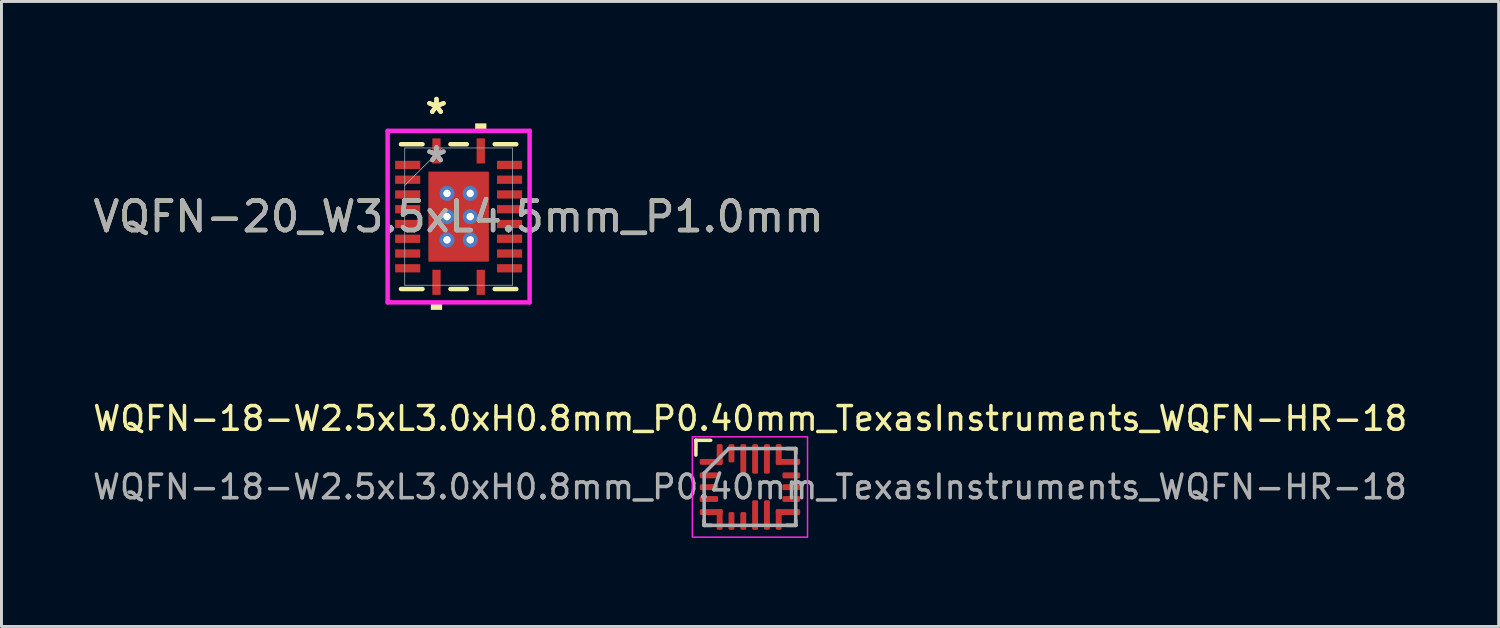
<source format=kicad_pcb>
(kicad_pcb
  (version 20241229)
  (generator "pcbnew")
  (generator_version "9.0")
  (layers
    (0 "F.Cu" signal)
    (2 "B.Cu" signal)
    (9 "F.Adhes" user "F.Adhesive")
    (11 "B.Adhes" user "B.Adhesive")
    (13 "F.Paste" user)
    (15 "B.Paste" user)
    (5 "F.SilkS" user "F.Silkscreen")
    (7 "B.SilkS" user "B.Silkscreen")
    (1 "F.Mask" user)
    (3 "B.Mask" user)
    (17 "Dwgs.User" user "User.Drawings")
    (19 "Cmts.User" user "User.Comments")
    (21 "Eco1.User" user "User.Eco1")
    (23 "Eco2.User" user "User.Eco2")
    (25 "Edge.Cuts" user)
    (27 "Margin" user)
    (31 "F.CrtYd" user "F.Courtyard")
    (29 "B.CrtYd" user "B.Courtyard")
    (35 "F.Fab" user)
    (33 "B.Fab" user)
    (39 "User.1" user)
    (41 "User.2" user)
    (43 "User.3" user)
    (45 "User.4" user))
  (footprint "WQFN-18-W2.5xL3.0xH0.8mm_P0.40mm_TexasInstruments_WQFN-HR-18"
    (layer "F.Cu")
    (at 22.348 13.442)
    (property "Reference" "WQFN-18-W2.5xL3.0xH0.8mm_P0.40mm_TexasInstruments_WQFN-HR-18" (at 0.01 -2.32 0) (unlocked yes) (layer "F.SilkS") (effects (font (size 0.8 0.8) (thickness 0.12))))
    (attr smd)
    (fp_line (start -1.83 -1.08) (end -1.83 -1.58) (stroke (width 0.12) (type solid)) (layer "F.SilkS"))
    (fp_line (start -1.55 1.13) (end -1.55 1.3) (stroke (width 0.12) (type solid)) (layer "F.SilkS"))
    (fp_line (start -1.33 -1.58) (end -1.83 -1.58) (stroke (width 0.12) (type solid)) (layer "F.SilkS"))
    (fp_line (start -1.31 1.3) (end -1.55 1.3) (stroke (width 0.12) (type solid)) (layer "F.SilkS"))
    (fp_line (start 1.25 -1.3) (end 1.55 -1.3) (stroke (width 0.12) (type solid)) (layer "F.SilkS"))
    (fp_line (start 1.25 1.3) (end 1.55 1.3) (stroke (width 0.12) (type solid)) (layer "F.SilkS"))
    (fp_line (start 1.55 -1.13) (end 1.55 -1.3) (stroke (width 0.12) (type solid)) (layer "F.SilkS"))
    (fp_line (start 1.55 1.13) (end 1.55 1.3) (stroke (width 0.12) (type solid)) (layer "F.SilkS"))
    (fp_rect (start -1.95 -1.7) (end 1.95 1.7) (stroke (width 0.05) (type default)) (fill no) (layer "F.CrtYd"))
    (fp_line (start -1.55 -0.467) (end -0.717 -1.3) (stroke (width 0.12) (type solid)) (layer "F.Fab"))
    (fp_line (start -1.55 1.3) (end -1.55 -0.467) (stroke (width 0.12) (type solid)) (layer "F.Fab"))
    (fp_line (start -0.717 -1.3) (end 1.55 -1.3) (stroke (width 0.12) (type solid)) (layer "F.Fab"))
    (fp_line (start 1.55 -1.3) (end 1.55 1.3) (stroke (width 0.12) (type solid)) (layer "F.Fab"))
    (fp_line (start 1.55 1.3) (end -1.55 1.3) (stroke (width 0.12) (type solid)) (layer "F.Fab"))
    (fp_text user "${REFERENCE}" (at 0 0 0) (layer "F.Fab") (effects (font (size 0.8 0.8) (thickness 0.12))))
    (pad "1" smd roundrect (at -1.313 -0.85) (size 0.775 0.2) (layers "F.Cu" "F.Mask" "F.Paste") (roundrect_rratio 0.25))
    (pad "1" smd roundrect (at -1.025 -1.1 90) (size 0.7 0.2) (layers "F.Cu" "F.Mask" "F.Paste") (roundrect_rratio 0.25))
    (pad "2" smd roundrect (at -1.388 -0.393) (size 0.625 0.2) (layers "F.Cu" "F.Mask" "F.Paste") (roundrect_rratio 0.25))
    (pad "3" smd roundrect (at -1.388 0.007) (size 0.625 0.2) (layers "F.Cu" "F.Mask" "F.Paste") (roundrect_rratio 0.25))
    (pad "4" smd roundrect (at -1.388 0.407) (size 0.625 0.2) (layers "F.Cu" "F.Mask" "F.Paste") (roundrect_rratio 0.25))
    (pad "5" smd roundrect (at -1.313 0.85) (size 0.775 0.2) (layers "F.Cu" "F.Mask" "F.Paste") (roundrect_rratio 0.25))
    (pad "5" smd roundrect (at -1.025 1.1 90) (size 0.7 0.2) (layers "F.Cu" "F.Mask" "F.Paste") (roundrect_rratio 0.25))
    (pad "6" smd roundrect (at -0.625 1.15 90) (size 0.6 0.2) (layers "F.Cu" "F.Mask" "F.Paste") (roundrect_rratio 0.25))
    (pad "7" smd roundrect (at -0.225 1.15 90) (size 0.6 0.2) (layers "F.Cu" "F.Mask" "F.Paste") (roundrect_rratio 0.25))
    (pad "8" smd roundrect (at 0.175 0.95 90) (size 1 0.2) (layers "F.Cu" "F.Mask" "F.Paste") (roundrect_rratio 0.25))
    (pad "9" smd roundrect (at 0.575 0.95 90) (size 1 0.2) (layers "F.Cu" "F.Mask" "F.Paste") (roundrect_rratio 0.25))
    (pad "10" smd roundrect (at 0.975 1.1 90) (size 0.7 0.2) (layers "F.Cu" "F.Mask" "F.Paste") (roundrect_rratio 0.25))
    (pad "10" smd roundrect (at 1.288 0.85) (size 0.825 0.2) (layers "F.Cu" "F.Mask" "F.Paste") (roundrect_rratio 0.25))
    (pad "11" smd roundrect (at 1.4 0.407) (size 0.6 0.2) (layers "F.Cu" "F.Mask" "F.Paste") (roundrect_rratio 0.25))
    (pad "12" smd roundrect (at 1.4 0.007) (size 0.6 0.2) (layers "F.Cu" "F.Mask" "F.Paste") (roundrect_rratio 0.25))
    (pad "13" smd roundrect (at 1.4 -0.393) (size 0.6 0.2) (layers "F.Cu" "F.Mask" "F.Paste") (roundrect_rratio 0.25))
    (pad "14" smd roundrect (at 0.975 -1.1 90) (size 0.7 0.2) (layers "F.Cu" "F.Mask" "F.Paste") (roundrect_rratio 0.25))
    (pad "14" smd roundrect (at 1.288 -0.85) (size 0.825 0.2) (layers "F.Cu" "F.Mask" "F.Paste") (roundrect_rratio 0.25))
    (pad "15" smd roundrect (at 0.575 -0.95 90) (size 1 0.2) (layers "F.Cu" "F.Mask" "F.Paste") (roundrect_rratio 0.25))
    (pad "16" smd roundrect (at 0.175 -0.95 90) (size 1 0.2) (layers "F.Cu" "F.Mask" "F.Paste") (roundrect_rratio 0.25))
    (pad "17" smd roundrect (at -0.225 -0.95 90) (size 1 0.2) (layers "F.Cu" "F.Mask" "F.Paste") (roundrect_rratio 0.25))
    (pad "18" smd roundrect (at -0.625 -1.141 90) (size 0.619 0.2) (layers "F.Cu" "F.Mask" "F.Paste") (roundrect_rratio 0.25)))
  (footprint "VQFN-20_W3.5xL4.5mm_P1.0mm"
    (layer "F.Cu")
    (at 12.482 4.286)
    (property "Reference" "VQFN-20_W3.5xL4.5mm_P1.0mm" (at 0 0 0) (unlocked yes) (layer "F.SilkS") (effects (font (size 1 1) (thickness 0.15))))
    (attr smd)
    (fp_poly (pts (xy -2.22 -1.96) (xy -2.22 -1.54) (xy -1.23 -1.54) (xy -1.23 -1.96)) (stroke (width 0) (type solid)) (fill yes) (layer "F.Mask"))
    (fp_poly (pts (xy -2.22 -1.46) (xy -2.22 -1.04) (xy -1.23 -1.04) (xy -1.23 -1.46)) (stroke (width 0) (type solid)) (fill yes) (layer "F.Mask"))
    (fp_poly (pts (xy -2.22 -0.96) (xy -2.22 -0.54) (xy -1.23 -0.54) (xy -1.23 -0.96)) (stroke (width 0) (type solid)) (fill yes) (layer "F.Mask"))
    (fp_poly (pts (xy -2.22 -0.46) (xy -2.22 -0.04) (xy -1.23 -0.04) (xy -1.23 -0.46)) (stroke (width 0) (type solid)) (fill yes) (layer "F.Mask"))
    (fp_poly (pts (xy -2.22 0.04) (xy -2.22 0.46) (xy -1.23 0.46) (xy -1.23 0.04)) (stroke (width 0) (type solid)) (fill yes) (layer "F.Mask"))
    (fp_poly (pts (xy -2.22 0.54) (xy -2.22 0.96) (xy -1.23 0.96) (xy -1.23 0.54)) (stroke (width 0) (type solid)) (fill yes) (layer "F.Mask"))
    (fp_poly (pts (xy -2.22 1.04) (xy -2.22 1.46) (xy -1.23 1.46) (xy -1.23 1.04)) (stroke (width 0) (type solid)) (fill yes) (layer "F.Mask"))
    (fp_poly (pts (xy -2.22 1.54) (xy -2.22 1.96) (xy -1.23 1.96) (xy -1.23 1.54)) (stroke (width 0) (type solid)) (fill yes) (layer "F.Mask"))
    (fp_poly (pts (xy -1.089 -1.588) (xy -0.594 -1.588) (xy -0.594 1.588) (xy -1.089 1.588)) (stroke (width 0) (type solid)) (fill yes) (layer "F.Mask"))
    (fp_poly (pts (xy -1.089 -1.588) (xy 1.089 -1.588) (xy 1.089 -0.987) (xy -1.089 -0.987)) (stroke (width 0) (type solid)) (fill yes) (layer "F.Mask"))
    (fp_poly (pts (xy -1.089 -0.587) (xy 1.089 -0.587) (xy 1.089 -0.2) (xy -1.089 -0.2)) (stroke (width 0) (type solid)) (fill yes) (layer "F.Mask"))
    (fp_poly (pts (xy -1.089 0.2) (xy 1.089 0.2) (xy 1.089 0.587) (xy -1.089 0.587)) (stroke (width 0) (type solid)) (fill yes) (layer "F.Mask"))
    (fp_poly (pts (xy -1.089 0.987) (xy 1.089 0.987) (xy 1.089 1.588) (xy -1.089 1.588)) (stroke (width 0) (type solid)) (fill yes) (layer "F.Mask"))
    (fp_poly (pts (xy -0.96 -2.72) (xy -0.96 -1.73) (xy -0.54 -1.73) (xy -0.54 -2.72)) (stroke (width 0) (type solid)) (fill yes) (layer "F.Mask"))
    (fp_poly (pts (xy -0.96 1.73) (xy -0.96 2.72) (xy -0.54 2.72) (xy -0.54 1.73)) (stroke (width 0) (type solid)) (fill yes) (layer "F.Mask"))
    (fp_poly (pts (xy 0.194 -1.588) (xy -0.194 -1.588) (xy -0.194 1.588) (xy 0.194 1.588)) (stroke (width 0) (type solid)) (fill yes) (layer "F.Mask"))
    (fp_poly (pts (xy 0.54 -2.72) (xy 0.54 -1.73) (xy 0.96 -1.73) (xy 0.96 -2.72)) (stroke (width 0) (type solid)) (fill yes) (layer "F.Mask"))
    (fp_poly (pts (xy 0.54 1.73) (xy 0.54 2.72) (xy 0.96 2.72) (xy 0.96 1.73)) (stroke (width 0) (type solid)) (fill yes) (layer "F.Mask"))
    (fp_poly (pts (xy 0.594 -1.588) (xy 1.089 -1.588) (xy 1.089 1.588) (xy 0.594 1.588)) (stroke (width 0) (type solid)) (fill yes) (layer "F.Mask"))
    (fp_poly (pts (xy 1.23 -1.96) (xy 1.23 -1.54) (xy 2.22 -1.54) (xy 2.22 -1.96)) (stroke (width 0) (type solid)) (fill yes) (layer "F.Mask"))
    (fp_poly (pts (xy 1.23 -1.46) (xy 1.23 -1.04) (xy 2.22 -1.04) (xy 2.22 -1.46)) (stroke (width 0) (type solid)) (fill yes) (layer "F.Mask"))
    (fp_poly (pts (xy 1.23 -0.96) (xy 1.23 -0.54) (xy 2.22 -0.54) (xy 2.22 -0.96)) (stroke (width 0) (type solid)) (fill yes) (layer "F.Mask"))
    (fp_poly (pts (xy 1.23 -0.46) (xy 1.23 -0.04) (xy 2.22 -0.04) (xy 2.22 -0.46)) (stroke (width 0) (type solid)) (fill yes) (layer "F.Mask"))
    (fp_poly (pts (xy 1.23 0.04) (xy 1.23 0.46) (xy 2.22 0.46) (xy 2.22 0.04)) (stroke (width 0) (type solid)) (fill yes) (layer "F.Mask"))
    (fp_poly (pts (xy 1.23 0.54) (xy 1.23 0.96) (xy 2.22 0.96) (xy 2.22 0.54)) (stroke (width 0) (type solid)) (fill yes) (layer "F.Mask"))
    (fp_poly (pts (xy 1.23 1.04) (xy 1.23 1.46) (xy 2.22 1.46) (xy 2.22 1.04)) (stroke (width 0) (type solid)) (fill yes) (layer "F.Mask"))
    (fp_poly (pts (xy 1.23 1.54) (xy 1.23 1.96) (xy 2.22 1.96) (xy 2.22 1.54)) (stroke (width 0) (type solid)) (fill yes) (layer "F.Mask"))
    (fp_poly (pts (xy 0.375 -1.525) (xy 0.375 -2.65) (xy 0.16 -2.65) (xy 0.16 -1.925) (xy -0.16 -1.925) (xy -0.16 -2.65) (xy -0.375 -2.65) (xy -0.375 -1.525)) (stroke (width 0) (type solid)) (fill yes) (layer "F.Mask"))
    (fp_poly (pts (xy 0.375 -1.525) (xy 0.375 -2.65) (xy 0.16 -2.65) (xy 0.16 -1.925) (xy -0.16 -1.925) (xy -0.16 -2.65) (xy -0.375 -2.65) (xy -0.375 -1.525)) (stroke (width 0) (type solid)) (fill yes) (layer "F.Mask"))
    (fp_poly (pts (xy 0.375 1.525) (xy 0.375 2.65) (xy 0.16 2.65) (xy 0.16 1.925) (xy -0.16 1.925) (xy -0.16 2.65) (xy -0.375 2.65) (xy -0.375 1.525)) (stroke (width 0) (type solid)) (fill yes) (layer "F.Mask"))
    (fp_poly (pts (xy 0.375 1.525) (xy 0.375 2.65) (xy 0.16 2.65) (xy 0.16 1.925) (xy -0.16 1.925) (xy -0.16 2.65) (xy -0.375 2.65) (xy -0.375 1.525)) (stroke (width 0) (type solid)) (fill yes) (layer "F.Mask"))
    (fp_line (start -1.952 2.452) (end -1.223 2.452) (stroke (width 0.152) (type solid)) (layer "F.SilkS"))
    (fp_line (start -1.223 -2.452) (end -1.952 -2.452) (stroke (width 0.152) (type solid)) (layer "F.SilkS"))
    (fp_line (start -0.277 2.452) (end 0.277 2.452) (stroke (width 0.152) (type solid)) (layer "F.SilkS"))
    (fp_line (start 0.277 -2.452) (end -0.277 -2.452) (stroke (width 0.152) (type solid)) (layer "F.SilkS"))
    (fp_line (start 1.223 2.452) (end 1.952 2.452) (stroke (width 0.152) (type solid)) (layer "F.SilkS"))
    (fp_line (start 1.952 -2.452) (end 1.223 -2.452) (stroke (width 0.152) (type solid)) (layer "F.SilkS"))
    (fp_poly (pts (xy -0.941 2.904) (xy -0.941 3.158) (xy -0.56 3.158) (xy -0.56 2.904)) (stroke (width 0) (type solid)) (fill yes) (layer "F.SilkS"))
    (fp_poly (pts (xy 0.56 -2.904) (xy 0.56 -3.158) (xy 0.941 -3.158) (xy 0.941 -2.904)) (stroke (width 0) (type solid)) (fill yes) (layer "F.SilkS"))
    (fp_poly (pts (xy -2.125 -1.865) (xy -2.125 -1.635) (xy -1.325 -1.635) (xy -1.325 -1.865)) (stroke (width 0) (type solid)) (fill yes) (layer "F.Paste"))
    (fp_poly (pts (xy -2.125 -1.365) (xy -2.125 -1.135) (xy -1.325 -1.135) (xy -1.325 -1.365)) (stroke (width 0) (type solid)) (fill yes) (layer "F.Paste"))
    (fp_poly (pts (xy -2.125 -0.865) (xy -2.125 -0.635) (xy -1.325 -0.635) (xy -1.325 -0.865)) (stroke (width 0) (type solid)) (fill yes) (layer "F.Paste"))
    (fp_poly (pts (xy -2.125 -0.365) (xy -2.125 -0.135) (xy -1.325 -0.135) (xy -1.325 -0.365)) (stroke (width 0) (type solid)) (fill yes) (layer "F.Paste"))
    (fp_poly (pts (xy -2.125 0.135) (xy -2.125 0.365) (xy -1.325 0.365) (xy -1.325 0.135)) (stroke (width 0) (type solid)) (fill yes) (layer "F.Paste"))
    (fp_poly (pts (xy -2.125 0.635) (xy -2.125 0.865) (xy -1.325 0.865) (xy -1.325 0.635)) (stroke (width 0) (type solid)) (fill yes) (layer "F.Paste"))
    (fp_poly (pts (xy -2.125 1.135) (xy -2.125 1.365) (xy -1.325 1.365) (xy -1.325 1.135)) (stroke (width 0) (type solid)) (fill yes) (layer "F.Paste"))
    (fp_poly (pts (xy -2.125 1.635) (xy -2.125 1.865) (xy -1.325 1.865) (xy -1.325 1.635)) (stroke (width 0) (type solid)) (fill yes) (layer "F.Paste"))
    (fp_poly (pts (xy -0.865 -2.625) (xy -0.865 -1.825) (xy -0.635 -1.825) (xy -0.635 -2.625)) (stroke (width 0) (type solid)) (fill yes) (layer "F.Paste"))
    (fp_poly (pts (xy -0.865 1.825) (xy -0.865 2.625) (xy -0.635 2.625) (xy -0.635 1.825)) (stroke (width 0) (type solid)) (fill yes) (layer "F.Paste"))
    (fp_poly (pts (xy -0.16 -1.925) (xy -0.16 -2.65) (xy -0.375 -2.65) (xy -0.375 -1.925)) (stroke (width 0) (type solid)) (fill yes) (layer "F.Paste"))
    (fp_poly (pts (xy -0.16 1.925) (xy -0.16 2.65) (xy -0.375 2.65) (xy -0.375 1.925)) (stroke (width 0) (type solid)) (fill yes) (layer "F.Paste"))
    (fp_poly (pts (xy 0.375 -1.925) (xy 0.375 -2.65) (xy 0.16 -2.65) (xy 0.16 -1.925)) (stroke (width 0) (type solid)) (fill yes) (layer "F.Paste"))
    (fp_poly (pts (xy 0.375 1.925) (xy 0.375 2.65) (xy 0.16 2.65) (xy 0.16 1.925)) (stroke (width 0) (type solid)) (fill yes) (layer "F.Paste"))
    (fp_poly (pts (xy 0.635 -2.625) (xy 0.635 -1.825) (xy 0.865 -1.825) (xy 0.865 -2.625)) (stroke (width 0) (type solid)) (fill yes) (layer "F.Paste"))
    (fp_poly (pts (xy 0.635 1.825) (xy 0.635 2.625) (xy 0.865 2.625) (xy 0.865 1.825)) (stroke (width 0) (type solid)) (fill yes) (layer "F.Paste"))
    (fp_poly (pts (xy 1.325 -1.865) (xy 1.325 -1.635) (xy 2.125 -1.635) (xy 2.125 -1.865)) (stroke (width 0) (type solid)) (fill yes) (layer "F.Paste"))
    (fp_poly (pts (xy 1.325 -1.365) (xy 1.325 -1.135) (xy 2.125 -1.135) (xy 2.125 -1.365)) (stroke (width 0) (type solid)) (fill yes) (layer "F.Paste"))
    (fp_poly (pts (xy 1.325 -0.865) (xy 1.325 -0.635) (xy 2.125 -0.635) (xy 2.125 -0.865)) (stroke (width 0) (type solid)) (fill yes) (layer "F.Paste"))
    (fp_poly (pts (xy 1.325 -0.365) (xy 1.325 -0.135) (xy 2.125 -0.135) (xy 2.125 -0.365)) (stroke (width 0) (type solid)) (fill yes) (layer "F.Paste"))
    (fp_poly (pts (xy 1.325 0.135) (xy 1.325 0.365) (xy 2.125 0.365) (xy 2.125 0.135)) (stroke (width 0) (type solid)) (fill yes) (layer "F.Paste"))
    (fp_poly (pts (xy 1.325 0.635) (xy 1.325 0.865) (xy 2.125 0.865) (xy 2.125 0.635)) (stroke (width 0) (type solid)) (fill yes) (layer "F.Paste"))
    (fp_poly (pts (xy 1.325 1.135) (xy 1.325 1.365) (xy 2.125 1.365) (xy 2.125 1.135)) (stroke (width 0) (type solid)) (fill yes) (layer "F.Paste"))
    (fp_poly (pts (xy 1.325 1.635) (xy 1.325 1.865) (xy 2.125 1.865) (xy 2.125 1.635)) (stroke (width 0) (type solid)) (fill yes) (layer "F.Paste"))
    (fp_poly (pts (xy -0.95 -1.45) (xy -0.95 -0.887) (xy -0.635 -0.887) (xy -0.494 -1.029) (xy -0.494 -1.45)) (stroke (width 0) (type solid)) (fill yes) (layer "F.Paste"))
    (fp_poly (pts (xy -0.95 0.887) (xy -0.95 1.45) (xy -0.494 1.45) (xy -0.494 1.029) (xy -0.635 0.887)) (stroke (width 0) (type solid)) (fill yes) (layer "F.Paste"))
    (fp_poly (pts (xy 0.494 -1.45) (xy 0.494 -1.029) (xy 0.635 -0.887) (xy 0.95 -0.887) (xy 0.95 -1.45)) (stroke (width 0) (type solid)) (fill yes) (layer "F.Paste"))
    (fp_poly (pts (xy 0.635 0.887) (xy 0.494 1.029) (xy 0.494 1.45) (xy 0.95 1.45) (xy 0.95 0.887)) (stroke (width 0) (type solid)) (fill yes) (layer "F.Paste"))
    (fp_poly (pts (xy -0.95 -0.687) (xy -0.95 -0.1) (xy -0.635 -0.1) (xy -0.494 -0.241) (xy -0.494 -0.546) (xy -0.635 -0.687)) (stroke (width 0) (type solid)) (fill yes) (layer "F.Paste"))
    (fp_poly (pts (xy -0.95 0.1) (xy -0.95 0.687) (xy -0.635 0.687) (xy -0.494 0.546) (xy -0.494 0.241) (xy -0.635 0.1)) (stroke (width 0) (type solid)) (fill yes) (layer "F.Paste"))
    (fp_poly (pts (xy -0.294 -1.45) (xy -0.294 -1.029) (xy -0.152 -0.887) (xy 0.152 -0.887) (xy 0.294 -1.029) (xy 0.294 -1.45)) (stroke (width 0) (type solid)) (fill yes) (layer "F.Paste"))
    (fp_poly (pts (xy -0.152 0.887) (xy -0.294 1.029) (xy -0.294 1.45) (xy 0.294 1.45) (xy 0.294 1.029) (xy 0.152 0.887)) (stroke (width 0) (type solid)) (fill yes) (layer "F.Paste"))
    (fp_poly (pts (xy 0.635 -0.687) (xy 0.494 -0.546) (xy 0.494 -0.241) (xy 0.635 -0.1) (xy 0.95 -0.1) (xy 0.95 -0.687)) (stroke (width 0) (type solid)) (fill yes) (layer "F.Paste"))
    (fp_poly (pts (xy 0.635 0.1) (xy 0.494 0.241) (xy 0.494 0.546) (xy 0.635 0.687) (xy 0.95 0.687) (xy 0.95 0.1)) (stroke (width 0) (type solid)) (fill yes) (layer "F.Paste"))
    (fp_poly (pts (xy -0.152 -0.687) (xy -0.294 -0.546) (xy -0.294 -0.241) (xy -0.152 -0.1) (xy 0.152 -0.1) (xy 0.294 -0.241) (xy 0.294 -0.546) (xy 0.152 -0.687)) (stroke (width 0) (type solid)) (fill yes) (layer "F.Paste"))
    (fp_poly (pts (xy -0.152 0.1) (xy -0.294 0.241) (xy -0.294 0.546) (xy -0.152 0.687) (xy 0.152 0.687) (xy 0.294 0.546) (xy 0.294 0.241) (xy 0.152 0.1)) (stroke (width 0) (type solid)) (fill yes) (layer "F.Paste"))
    (fp_line (start -2.404 -2.904) (end 2.404 -2.904) (stroke (width 0.152) (type solid)) (layer "F.CrtYd"))
    (fp_line (start -2.404 2.904) (end -2.404 -2.904) (stroke (width 0.152) (type solid)) (layer "F.CrtYd"))
    (fp_line (start 2.404 -2.904) (end 2.404 2.904) (stroke (width 0.152) (type solid)) (layer "F.CrtYd"))
    (fp_line (start 2.404 2.904) (end -2.404 2.904) (stroke (width 0.152) (type solid)) (layer "F.CrtYd"))
    (fp_line (start -1.825 -2.325) (end -1.825 2.325) (stroke (width 0.025) (type solid)) (layer "F.Fab"))
    (fp_line (start -1.825 -1.055) (end -0.555 -2.325) (stroke (width 0.025) (type solid)) (layer "F.Fab"))
    (fp_line (start -1.825 2.325) (end 1.825 2.325) (stroke (width 0.025) (type solid)) (layer "F.Fab"))
    (fp_line (start 1.825 -2.325) (end -1.825 -2.325) (stroke (width 0.025) (type solid)) (layer "F.Fab"))
    (fp_line (start 1.825 2.325) (end 1.825 -2.325) (stroke (width 0.025) (type solid)) (layer "F.Fab"))
    (fp_text user "*" (at -0.75 -3.437 0) (layer "F.SilkS") (effects (font (size 1 1) (thickness 0.15))))
    (fp_text user "*" (at -0.75 -3.437 0) (unlocked yes) (layer "F.SilkS") (effects (font (size 1 1) (thickness 0.15))))
    (fp_text user "*" (at -0.75 -1.8 0) (unlocked yes) (layer "F.Fab") (effects (font (size 1 1) (thickness 0.15))))
    (fp_text user "*" (at -0.75 -1.8 0) (layer "F.Fab") (effects (font (size 1 1) (thickness 0.15))))
    (fp_text user "${REFERENCE}" (at 0 0 0) (unlocked yes) (layer "F.Fab") (effects (font (size 1 1) (thickness 0.15))))
    (pad "1" smd rect (at -0.75 -2.225) (size 0.28 0.85) (layers "F.Cu" "F.Mask"))
    (pad "2" smd rect (at -1.725 -1.75 90) (size 0.28 0.85) (layers "F.Cu" "F.Mask"))
    (pad "3" smd rect (at -1.725 -1.25 90) (size 0.28 0.85) (layers "F.Cu" "F.Mask"))
    (pad "4" smd rect (at -1.725 -0.75 90) (size 0.28 0.85) (layers "F.Cu" "F.Mask"))
    (pad "5" smd rect (at -1.725 -0.25 90) (size 0.28 0.85) (layers "F.Cu" "F.Mask"))
    (pad "6" smd rect (at -1.725 0.25 90) (size 0.28 0.85) (layers "F.Cu" "F.Mask"))
    (pad "7" smd rect (at -1.725 0.75 90) (size 0.28 0.85) (layers "F.Cu" "F.Mask"))
    (pad "8" smd rect (at -1.725 1.25 90) (size 0.28 0.85) (layers "F.Cu" "F.Mask"))
    (pad "9" smd rect (at -1.725 1.75 90) (size 0.28 0.85) (layers "F.Cu" "F.Mask"))
    (pad "10" smd rect (at -0.75 2.225) (size 0.28 0.85) (layers "F.Cu" "F.Mask"))
    (pad "11" smd rect (at 0.75 2.225) (size 0.28 0.85) (layers "F.Cu" "F.Mask"))
    (pad "12" smd rect (at 1.725 1.75 90) (size 0.28 0.85) (layers "F.Cu" "F.Mask"))
    (pad "13" smd rect (at 1.725 1.25 90) (size 0.28 0.85) (layers "F.Cu" "F.Mask"))
    (pad "14" smd rect (at 1.725 0.75 90) (size 0.28 0.85) (layers "F.Cu" "F.Mask"))
    (pad "15" smd rect (at 1.725 0.25 90) (size 0.28 0.85) (layers "F.Cu" "F.Mask"))
    (pad "16" smd rect (at 1.725 -0.25 90) (size 0.28 0.85) (layers "F.Cu" "F.Mask"))
    (pad "17" smd rect (at 1.725 -0.75 90) (size 0.28 0.85) (layers "F.Cu" "F.Mask"))
    (pad "18" smd rect (at 1.725 -1.25 90) (size 0.28 0.85) (layers "F.Cu" "F.Mask"))
    (pad "19" smd rect (at 1.725 -1.75 90) (size 0.28 0.85) (layers "F.Cu" "F.Mask"))
    (pad "20" smd rect (at 0.75 -2.225) (size 0.28 0.85) (layers "F.Cu" "F.Mask"))
    (pad "21" smd rect (at 0 0) (size 2.05 3.05) (layers "F.Cu"))
    (pad "V" thru_hole circle (at -0.394 -0.787) (size 0.508 0.508) (drill 0.254) (layers "*.Cu" "*.Mask"))
    (pad "V" thru_hole circle (at -0.394 0) (size 0.508 0.508) (drill 0.254) (layers "*.Cu" "*.Mask"))
    (pad "V" thru_hole circle (at -0.394 0.787) (size 0.508 0.508) (drill 0.254) (layers "*.Cu" "*.Mask"))
    (pad "V" thru_hole circle (at 0.394 -0.787) (size 0.508 0.508) (drill 0.254) (layers "*.Cu" "*.Mask"))
    (pad "V" thru_hole circle (at 0.394 0) (size 0.508 0.508) (drill 0.254) (layers "*.Cu" "*.Mask"))
    (pad "V" thru_hole circle (at 0.394 0.787) (size 0.508 0.508) (drill 0.254) (layers "*.Cu" "*.Mask")))
  (gr_rect
    (start -3 -3)
    (end 47.705 18.167)
    (stroke (width 0.1) (type default))
    (fill no)
    (layer "Edge.Cuts")))
</source>
